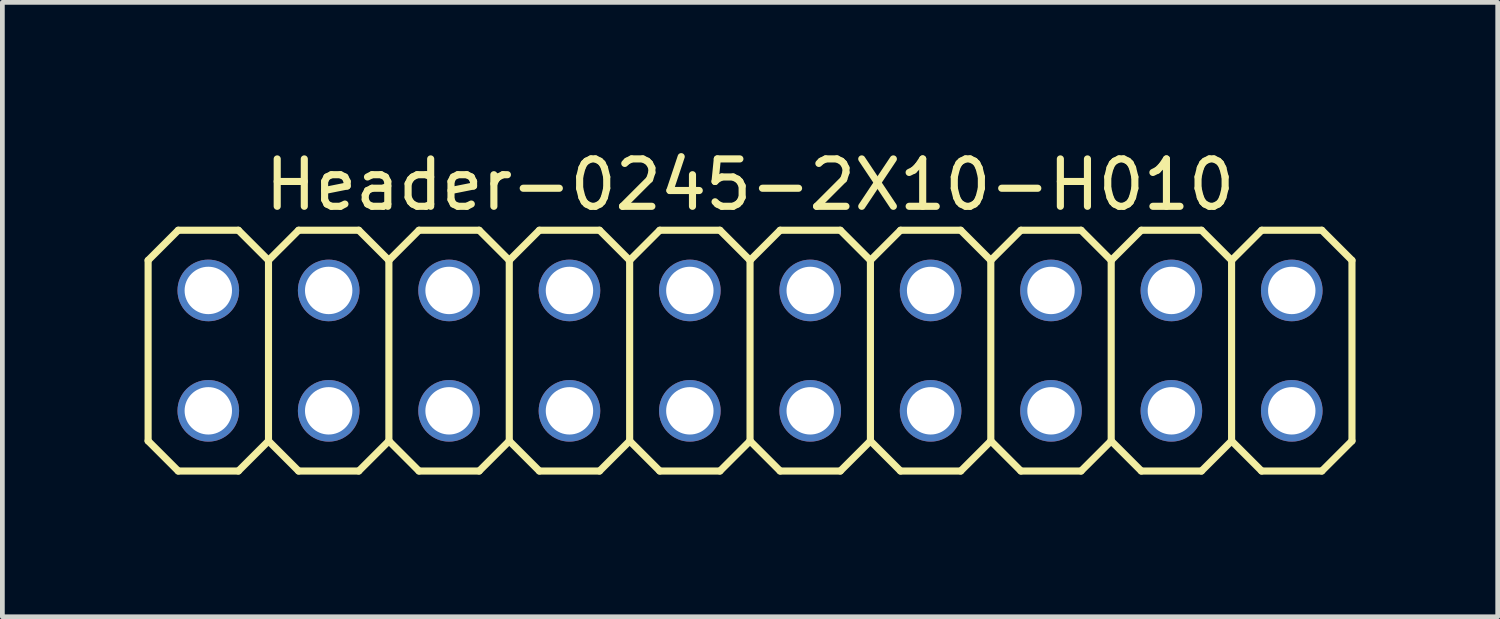
<source format=kicad_pcb>
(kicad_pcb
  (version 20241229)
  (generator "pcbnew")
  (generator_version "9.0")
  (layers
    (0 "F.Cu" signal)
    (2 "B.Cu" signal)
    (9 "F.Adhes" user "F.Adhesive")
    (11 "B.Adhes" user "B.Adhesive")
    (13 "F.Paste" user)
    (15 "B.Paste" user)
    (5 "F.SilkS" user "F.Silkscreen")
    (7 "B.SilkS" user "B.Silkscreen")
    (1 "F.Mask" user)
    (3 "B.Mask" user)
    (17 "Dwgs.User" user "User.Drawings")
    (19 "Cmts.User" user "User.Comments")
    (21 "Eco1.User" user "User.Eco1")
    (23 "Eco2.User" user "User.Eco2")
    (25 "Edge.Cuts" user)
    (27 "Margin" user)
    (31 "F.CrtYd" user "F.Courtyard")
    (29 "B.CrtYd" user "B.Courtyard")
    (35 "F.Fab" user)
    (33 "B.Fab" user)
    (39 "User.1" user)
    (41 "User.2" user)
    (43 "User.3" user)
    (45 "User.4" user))
  (footprint "Header-0245-2X10-H010"
    (layer "F.Cu")
    (at 12.775 4.348)
    (property "Reference" "Header-0245-2X10-H010" (at 0 -3.5 0) (layer "F.SilkS") (effects (font (size 1 1) (thickness 0.15))))
    (attr exclude_from_pos_files exclude_from_bom)
    (fp_line (start -12.7 -1.905) (end -12.065 -2.54) (stroke (width 0.15) (type solid)) (layer "F.SilkS"))
    (fp_line (start -12.7 1.905) (end -12.7 -1.905) (stroke (width 0.15) (type solid)) (layer "F.SilkS"))
    (fp_line (start -12.7 1.905) (end -12.065 2.54) (stroke (width 0.15) (type solid)) (layer "F.SilkS"))
    (fp_line (start -12.065 -2.54) (end -10.795 -2.54) (stroke (width 0.15) (type solid)) (layer "F.SilkS"))
    (fp_line (start -12.065 2.54) (end -10.795 2.54) (stroke (width 0.15) (type solid)) (layer "F.SilkS"))
    (fp_line (start -10.795 -2.54) (end -10.16 -1.905) (stroke (width 0.15) (type solid)) (layer "F.SilkS"))
    (fp_line (start -10.795 2.54) (end -10.16 1.905) (stroke (width 0.15) (type solid)) (layer "F.SilkS"))
    (fp_line (start -10.16 -1.905) (end -10.16 1.905) (stroke (width 0.15) (type solid)) (layer "F.SilkS"))
    (fp_line (start -10.16 -1.905) (end -9.525 -2.54) (stroke (width 0.15) (type solid)) (layer "F.SilkS"))
    (fp_line (start -10.16 1.905) (end -9.525 2.54) (stroke (width 0.15) (type solid)) (layer "F.SilkS"))
    (fp_line (start -9.525 -2.54) (end -8.255 -2.54) (stroke (width 0.15) (type solid)) (layer "F.SilkS"))
    (fp_line (start -9.525 2.54) (end -8.255 2.54) (stroke (width 0.15) (type solid)) (layer "F.SilkS"))
    (fp_line (start -8.255 -2.54) (end -7.62 -1.905) (stroke (width 0.15) (type solid)) (layer "F.SilkS"))
    (fp_line (start -8.255 2.54) (end -7.62 1.905) (stroke (width 0.15) (type solid)) (layer "F.SilkS"))
    (fp_line (start -7.62 -1.905) (end -7.62 1.905) (stroke (width 0.15) (type solid)) (layer "F.SilkS"))
    (fp_line (start -7.62 -1.905) (end -6.985 -2.54) (stroke (width 0.15) (type solid)) (layer "F.SilkS"))
    (fp_line (start -7.62 1.905) (end -6.985 2.54) (stroke (width 0.15) (type solid)) (layer "F.SilkS"))
    (fp_line (start -6.985 -2.54) (end -5.715 -2.54) (stroke (width 0.15) (type solid)) (layer "F.SilkS"))
    (fp_line (start -6.985 2.54) (end -5.715 2.54) (stroke (width 0.15) (type solid)) (layer "F.SilkS"))
    (fp_line (start -5.715 -2.54) (end -5.08 -1.905) (stroke (width 0.15) (type solid)) (layer "F.SilkS"))
    (fp_line (start -5.715 2.54) (end -5.08 1.905) (stroke (width 0.15) (type solid)) (layer "F.SilkS"))
    (fp_line (start -5.08 -1.905) (end -5.08 1.905) (stroke (width 0.15) (type solid)) (layer "F.SilkS"))
    (fp_line (start -5.08 -1.905) (end -4.445 -2.54) (stroke (width 0.15) (type solid)) (layer "F.SilkS"))
    (fp_line (start -5.08 1.905) (end -4.445 2.54) (stroke (width 0.15) (type solid)) (layer "F.SilkS"))
    (fp_line (start -4.445 -2.54) (end -3.175 -2.54) (stroke (width 0.15) (type solid)) (layer "F.SilkS"))
    (fp_line (start -4.445 2.54) (end -3.175 2.54) (stroke (width 0.15) (type solid)) (layer "F.SilkS"))
    (fp_line (start -3.175 -2.54) (end -2.54 -1.905) (stroke (width 0.15) (type solid)) (layer "F.SilkS"))
    (fp_line (start -3.175 2.54) (end -2.54 1.905) (stroke (width 0.15) (type solid)) (layer "F.SilkS"))
    (fp_line (start -2.54 -1.905) (end -2.54 1.905) (stroke (width 0.15) (type solid)) (layer "F.SilkS"))
    (fp_line (start -2.54 -1.905) (end -1.905 -2.54) (stroke (width 0.15) (type solid)) (layer "F.SilkS"))
    (fp_line (start -2.54 1.905) (end -1.905 2.54) (stroke (width 0.15) (type solid)) (layer "F.SilkS"))
    (fp_line (start -1.905 -2.54) (end -0.635 -2.54) (stroke (width 0.15) (type solid)) (layer "F.SilkS"))
    (fp_line (start -1.905 2.54) (end -0.635 2.54) (stroke (width 0.15) (type solid)) (layer "F.SilkS"))
    (fp_line (start -0.635 -2.54) (end 0 -1.905) (stroke (width 0.15) (type solid)) (layer "F.SilkS"))
    (fp_line (start -0.635 2.54) (end 0 1.905) (stroke (width 0.15) (type solid)) (layer "F.SilkS"))
    (fp_line (start 0 -1.905) (end 0 1.905) (stroke (width 0.15) (type solid)) (layer "F.SilkS"))
    (fp_line (start 0 -1.905) (end 0.635 -2.54) (stroke (width 0.15) (type solid)) (layer "F.SilkS"))
    (fp_line (start 0 1.905) (end 0.635 2.54) (stroke (width 0.15) (type solid)) (layer "F.SilkS"))
    (fp_line (start 0.635 -2.54) (end 1.905 -2.54) (stroke (width 0.15) (type solid)) (layer "F.SilkS"))
    (fp_line (start 0.635 2.54) (end 1.905 2.54) (stroke (width 0.15) (type solid)) (layer "F.SilkS"))
    (fp_line (start 1.905 -2.54) (end 2.54 -1.905) (stroke (width 0.15) (type solid)) (layer "F.SilkS"))
    (fp_line (start 1.905 2.54) (end 2.54 1.905) (stroke (width 0.15) (type solid)) (layer "F.SilkS"))
    (fp_line (start 2.54 -1.905) (end 2.54 1.905) (stroke (width 0.15) (type solid)) (layer "F.SilkS"))
    (fp_line (start 2.54 -1.905) (end 3.175 -2.54) (stroke (width 0.15) (type solid)) (layer "F.SilkS"))
    (fp_line (start 2.54 1.905) (end 3.175 2.54) (stroke (width 0.15) (type solid)) (layer "F.SilkS"))
    (fp_line (start 3.175 -2.54) (end 4.445 -2.54) (stroke (width 0.15) (type solid)) (layer "F.SilkS"))
    (fp_line (start 3.175 2.54) (end 4.445 2.54) (stroke (width 0.15) (type solid)) (layer "F.SilkS"))
    (fp_line (start 4.445 -2.54) (end 5.08 -1.905) (stroke (width 0.15) (type solid)) (layer "F.SilkS"))
    (fp_line (start 5.08 -1.905) (end 5.08 1.905) (stroke (width 0.15) (type solid)) (layer "F.SilkS"))
    (fp_line (start 5.08 -1.905) (end 5.715 -2.54) (stroke (width 0.15) (type solid)) (layer "F.SilkS"))
    (fp_line (start 5.08 1.905) (end 4.445 2.54) (stroke (width 0.15) (type solid)) (layer "F.SilkS"))
    (fp_line (start 5.08 1.905) (end 5.715 2.54) (stroke (width 0.15) (type solid)) (layer "F.SilkS"))
    (fp_line (start 5.715 -2.54) (end 6.985 -2.54) (stroke (width 0.15) (type solid)) (layer "F.SilkS"))
    (fp_line (start 5.715 2.54) (end 6.985 2.54) (stroke (width 0.15) (type solid)) (layer "F.SilkS"))
    (fp_line (start 6.985 -2.54) (end 7.62 -1.905) (stroke (width 0.15) (type solid)) (layer "F.SilkS"))
    (fp_line (start 7.62 -1.905) (end 7.62 1.905) (stroke (width 0.15) (type solid)) (layer "F.SilkS"))
    (fp_line (start 7.62 -1.905) (end 8.255 -2.54) (stroke (width 0.15) (type solid)) (layer "F.SilkS"))
    (fp_line (start 7.62 1.905) (end 6.985 2.54) (stroke (width 0.15) (type solid)) (layer "F.SilkS"))
    (fp_line (start 7.62 1.905) (end 8.255 2.54) (stroke (width 0.15) (type solid)) (layer "F.SilkS"))
    (fp_line (start 8.255 -2.54) (end 9.525 -2.54) (stroke (width 0.15) (type solid)) (layer "F.SilkS"))
    (fp_line (start 8.255 2.54) (end 9.525 2.54) (stroke (width 0.15) (type solid)) (layer "F.SilkS"))
    (fp_line (start 9.525 -2.54) (end 10.16 -1.905) (stroke (width 0.15) (type solid)) (layer "F.SilkS"))
    (fp_line (start 10.16 -1.905) (end 10.16 1.905) (stroke (width 0.15) (type solid)) (layer "F.SilkS"))
    (fp_line (start 10.16 -1.905) (end 10.795 -2.54) (stroke (width 0.15) (type solid)) (layer "F.SilkS"))
    (fp_line (start 10.16 1.905) (end 9.525 2.54) (stroke (width 0.15) (type solid)) (layer "F.SilkS"))
    (fp_line (start 10.16 1.905) (end 10.795 2.54) (stroke (width 0.15) (type solid)) (layer "F.SilkS"))
    (fp_line (start 10.795 -2.54) (end 12.065 -2.54) (stroke (width 0.15) (type solid)) (layer "F.SilkS"))
    (fp_line (start 10.795 2.54) (end 12.065 2.54) (stroke (width 0.15) (type solid)) (layer "F.SilkS"))
    (fp_line (start 12.065 -2.54) (end 12.7 -1.905) (stroke (width 0.15) (type solid)) (layer "F.SilkS"))
    (fp_line (start 12.7 -1.905) (end 12.7 1.905) (stroke (width 0.15) (type solid)) (layer "F.SilkS"))
    (fp_line (start 12.7 1.905) (end 12.065 2.54) (stroke (width 0.15) (type solid)) (layer "F.SilkS"))
    (pad "1" thru_hole circle (at -11.43 1.27) (size 1.3 1.3) (drill 1) (layers "*.Cu" "*.Mask"))
    (pad "2" thru_hole circle (at -11.43 -1.27) (size 1.3 1.3) (drill 1) (layers "*.Cu" "*.Mask"))
    (pad "3" thru_hole circle (at -8.89 1.27) (size 1.3 1.3) (drill 1) (layers "*.Cu" "*.Mask"))
    (pad "4" thru_hole circle (at -8.89 -1.27) (size 1.3 1.3) (drill 1) (layers "*.Cu" "*.Mask"))
    (pad "5" thru_hole circle (at -6.35 1.27) (size 1.3 1.3) (drill 1) (layers "*.Cu" "*.Mask"))
    (pad "6" thru_hole circle (at -6.35 -1.27) (size 1.3 1.3) (drill 1) (layers "*.Cu" "*.Mask"))
    (pad "7" thru_hole circle (at -3.81 1.27) (size 1.3 1.3) (drill 1) (layers "*.Cu" "*.Mask"))
    (pad "8" thru_hole circle (at -3.81 -1.27) (size 1.3 1.3) (drill 1) (layers "*.Cu" "*.Mask"))
    (pad "9" thru_hole circle (at -1.27 1.27) (size 1.3 1.3) (drill 1) (layers "*.Cu" "*.Mask"))
    (pad "10" thru_hole circle (at -1.27 -1.27) (size 1.3 1.3) (drill 1) (layers "*.Cu" "*.Mask"))
    (pad "11" thru_hole circle (at 1.27 1.27) (size 1.3 1.3) (drill 1) (layers "*.Cu" "*.Mask"))
    (pad "12" thru_hole circle (at 1.27 -1.27) (size 1.3 1.3) (drill 1) (layers "*.Cu" "*.Mask"))
    (pad "13" thru_hole circle (at 3.81 1.27) (size 1.3 1.3) (drill 1) (layers "*.Cu" "*.Mask"))
    (pad "14" thru_hole circle (at 3.81 -1.27) (size 1.3 1.3) (drill 1) (layers "*.Cu" "*.Mask"))
    (pad "15" thru_hole circle (at 6.35 1.27) (size 1.3 1.3) (drill 1) (layers "*.Cu" "*.Mask"))
    (pad "16" thru_hole circle (at 6.35 -1.27) (size 1.3 1.3) (drill 1) (layers "*.Cu" "*.Mask"))
    (pad "17" thru_hole circle (at 8.89 1.27) (size 1.3 1.3) (drill 1) (layers "*.Cu" "*.Mask"))
    (pad "18" thru_hole circle (at 8.89 -1.27) (size 1.3 1.3) (drill 1) (layers "*.Cu" "*.Mask"))
    (pad "19" thru_hole circle (at 11.43 1.27) (size 1.3 1.3) (drill 1) (layers "*.Cu" "*.Mask"))
    (pad "20" thru_hole circle (at 11.43 -1.27) (size 1.3 1.3) (drill 1) (layers "*.Cu" "*.Mask")))
  (gr_rect
    (start -3 -3)
    (end 28.55 9.963)
    (stroke (width 0.1) (type default))
    (fill no)
    (layer "Edge.Cuts")))
</source>
